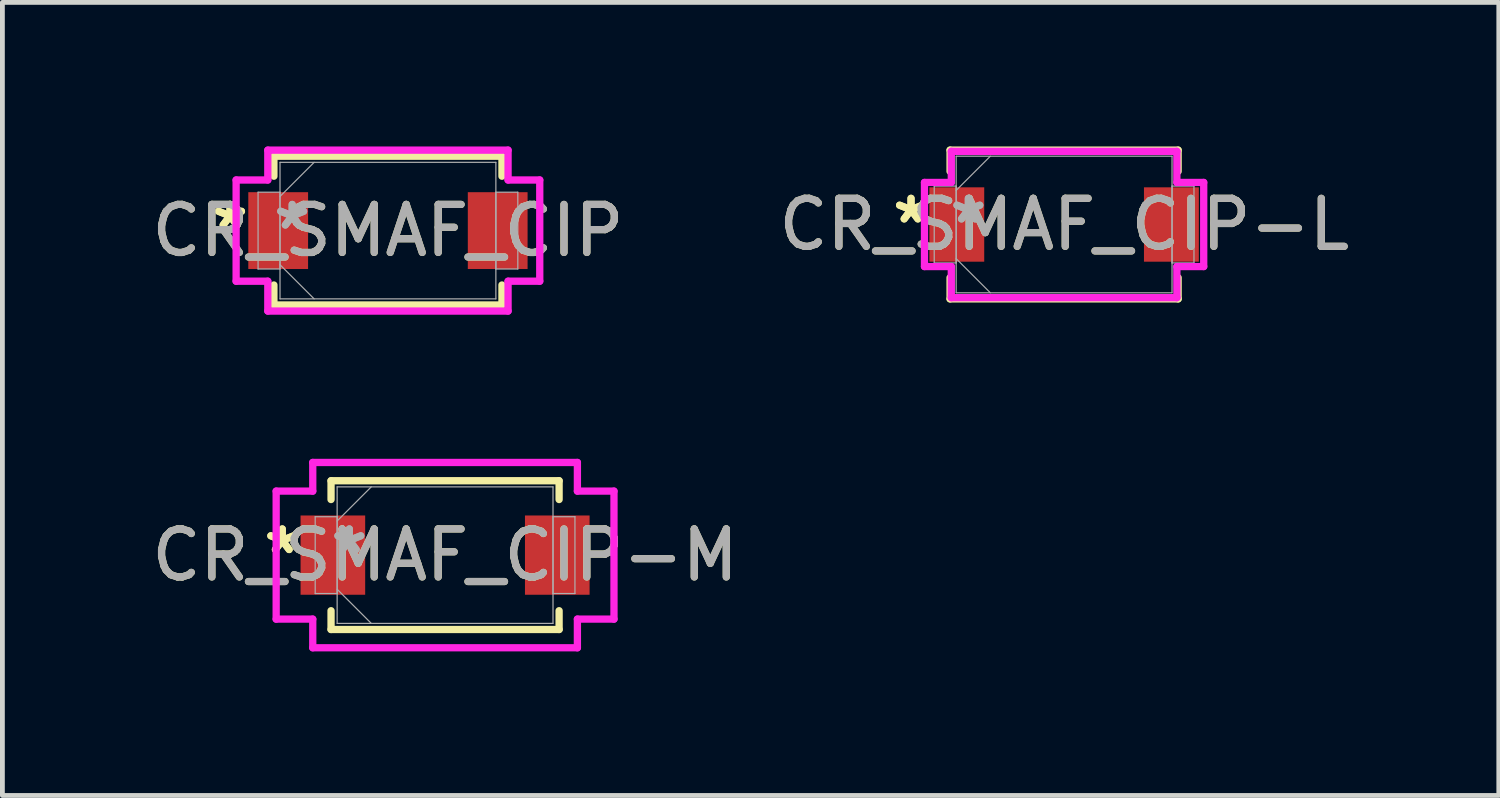
<source format=kicad_pcb>
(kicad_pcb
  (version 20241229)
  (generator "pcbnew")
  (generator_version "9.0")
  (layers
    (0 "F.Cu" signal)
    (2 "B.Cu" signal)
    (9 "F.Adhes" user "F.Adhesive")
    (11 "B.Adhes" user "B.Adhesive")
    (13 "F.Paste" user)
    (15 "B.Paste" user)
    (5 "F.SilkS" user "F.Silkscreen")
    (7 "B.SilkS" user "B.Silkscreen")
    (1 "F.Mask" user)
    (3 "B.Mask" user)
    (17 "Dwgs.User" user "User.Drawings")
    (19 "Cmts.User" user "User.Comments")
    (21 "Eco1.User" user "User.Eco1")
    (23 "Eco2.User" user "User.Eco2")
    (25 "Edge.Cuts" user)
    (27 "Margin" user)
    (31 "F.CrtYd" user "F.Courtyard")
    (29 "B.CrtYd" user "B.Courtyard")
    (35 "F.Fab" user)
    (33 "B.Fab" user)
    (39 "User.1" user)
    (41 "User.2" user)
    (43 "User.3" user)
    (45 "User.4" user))
  (footprint "CR_SMAF_CIP"
    (layer "F.Cu")
    (at 5.03 1.753)
    (property "Reference" "CR_SMAF_CIP" (at 0 0 0) (unlocked yes) (layer "F.SilkS") (effects (font (size 1 1) (thickness 0.15))))
    (attr smd)
    (fp_line (start -2.375 -1.549) (end -2.375 -1.133) (stroke (width 0.152) (type solid)) (layer "F.SilkS"))
    (fp_line (start -2.375 1.133) (end -2.375 1.549) (stroke (width 0.152) (type solid)) (layer "F.SilkS"))
    (fp_line (start -2.375 1.549) (end 2.375 1.549) (stroke (width 0.152) (type solid)) (layer "F.SilkS"))
    (fp_line (start 2.375 -1.549) (end -2.375 -1.549) (stroke (width 0.152) (type solid)) (layer "F.SilkS"))
    (fp_line (start 2.375 -1.133) (end 2.375 -1.549) (stroke (width 0.152) (type solid)) (layer "F.SilkS"))
    (fp_line (start 2.375 1.549) (end 2.375 1.133) (stroke (width 0.152) (type solid)) (layer "F.SilkS"))
    (fp_line (start -3.162 -1.054) (end -2.502 -1.054) (stroke (width 0.152) (type solid)) (layer "F.CrtYd"))
    (fp_line (start -3.162 1.054) (end -3.162 -1.054) (stroke (width 0.152) (type solid)) (layer "F.CrtYd"))
    (fp_line (start -2.502 -1.676) (end 2.502 -1.676) (stroke (width 0.152) (type solid)) (layer "F.CrtYd"))
    (fp_line (start -2.502 -1.054) (end -2.502 -1.676) (stroke (width 0.152) (type solid)) (layer "F.CrtYd"))
    (fp_line (start -2.502 1.054) (end -3.162 1.054) (stroke (width 0.152) (type solid)) (layer "F.CrtYd"))
    (fp_line (start -2.502 1.676) (end -2.502 1.054) (stroke (width 0.152) (type solid)) (layer "F.CrtYd"))
    (fp_line (start 2.502 -1.676) (end 2.502 -1.054) (stroke (width 0.152) (type solid)) (layer "F.CrtYd"))
    (fp_line (start 2.502 -1.054) (end 3.162 -1.054) (stroke (width 0.152) (type solid)) (layer "F.CrtYd"))
    (fp_line (start 2.502 1.054) (end 2.502 1.676) (stroke (width 0.152) (type solid)) (layer "F.CrtYd"))
    (fp_line (start 2.502 1.676) (end -2.502 1.676) (stroke (width 0.152) (type solid)) (layer "F.CrtYd"))
    (fp_line (start 3.162 -1.054) (end 3.162 1.054) (stroke (width 0.152) (type solid)) (layer "F.CrtYd"))
    (fp_line (start 3.162 1.054) (end 2.502 1.054) (stroke (width 0.152) (type solid)) (layer "F.CrtYd"))
    (fp_line (start -2.705 -0.8) (end -2.705 0.8) (stroke (width 0.025) (type solid)) (layer "F.Fab"))
    (fp_line (start -2.705 0.8) (end -2.248 0.8) (stroke (width 0.025) (type solid)) (layer "F.Fab"))
    (fp_line (start -2.248 -1.422) (end -2.248 1.422) (stroke (width 0.025) (type solid)) (layer "F.Fab"))
    (fp_line (start -2.248 -0.8) (end -2.705 -0.8) (stroke (width 0.025) (type solid)) (layer "F.Fab"))
    (fp_line (start -2.248 -0.711) (end -1.537 -1.422) (stroke (width 0.025) (type solid)) (layer "F.Fab"))
    (fp_line (start -2.248 0.711) (end -1.537 1.422) (stroke (width 0.025) (type solid)) (layer "F.Fab"))
    (fp_line (start -2.248 0.8) (end -2.248 -0.8) (stroke (width 0.025) (type solid)) (layer "F.Fab"))
    (fp_line (start -2.248 1.422) (end 2.248 1.422) (stroke (width 0.025) (type solid)) (layer "F.Fab"))
    (fp_line (start 2.248 -1.422) (end -2.248 -1.422) (stroke (width 0.025) (type solid)) (layer "F.Fab"))
    (fp_line (start 2.248 -0.8) (end 2.248 0.8) (stroke (width 0.025) (type solid)) (layer "F.Fab"))
    (fp_line (start 2.248 0.8) (end 2.705 0.8) (stroke (width 0.025) (type solid)) (layer "F.Fab"))
    (fp_line (start 2.248 1.422) (end 2.248 -1.422) (stroke (width 0.025) (type solid)) (layer "F.Fab"))
    (fp_line (start 2.705 -0.8) (end 2.248 -0.8) (stroke (width 0.025) (type solid)) (layer "F.Fab"))
    (fp_line (start 2.705 0.8) (end 2.705 -0.8) (stroke (width 0.025) (type solid)) (layer "F.Fab"))
    (fp_text user "*" (at -3.289 0 0) (unlocked yes) (layer "F.SilkS") (effects (font (size 1 1) (thickness 0.15))))
    (fp_text user "*" (at -3.289 0 0) (layer "F.SilkS") (effects (font (size 1 1) (thickness 0.15))))
    (fp_text user "*" (at -1.994 0 0) (layer "F.Fab") (effects (font (size 1 1) (thickness 0.15))))
    (fp_text user "${REFERENCE}" (at 0 0 0) (unlocked yes) (layer "F.Fab") (effects (font (size 1 1) (thickness 0.15))))
    (fp_text user "*" (at -1.994 0 0) (unlocked yes) (layer "F.Fab") (effects (font (size 1 1) (thickness 0.15))))
    (pad "1" smd rect (at -2.286 0) (size 1.245 1.6) (layers "F.Cu" "F.Mask" "F.Paste"))
    (pad "2" smd rect (at 2.286 0) (size 1.245 1.6) (layers "F.Cu" "F.Mask" "F.Paste"))
    (zone (net_name "") (layer "F.Cu") (hatch full 0.508) (connect_pads) (min_thickness 0.254) (filled_areas_thickness no) (keepout (tracks not_allowed) (vias not_allowed) (pads allowed) (copperpour not_allowed) (footprints allowed)) (placement (enabled no)) (fill) (polygon (pts (xy 3.417 0.381) (xy 6.643 0.381) (xy 6.643 3.124) (xy 3.417 3.124)))))
  (footprint "CR_SMAF_CIP-L"
    (layer "F.Cu")
    (at 19.113 1.626)
    (property "Reference" "CR_SMAF_CIP-L" (at 0 0 0) (unlocked yes) (layer "F.SilkS") (effects (font (size 1 1) (thickness 0.15))))
    (attr smd)
    (fp_line (start -2.375 -1.549) (end -2.375 -1.107) (stroke (width 0.152) (type solid)) (layer "F.SilkS"))
    (fp_line (start -2.375 1.107) (end -2.375 1.549) (stroke (width 0.152) (type solid)) (layer "F.SilkS"))
    (fp_line (start -2.375 1.549) (end 2.375 1.549) (stroke (width 0.152) (type solid)) (layer "F.SilkS"))
    (fp_line (start 2.375 -1.549) (end -2.375 -1.549) (stroke (width 0.152) (type solid)) (layer "F.SilkS"))
    (fp_line (start 2.375 -1.107) (end 2.375 -1.549) (stroke (width 0.152) (type solid)) (layer "F.SilkS"))
    (fp_line (start 2.375 1.549) (end 2.375 1.107) (stroke (width 0.152) (type solid)) (layer "F.SilkS"))
    (fp_line (start -2.908 -0.876) (end -2.349 -0.876) (stroke (width 0.152) (type solid)) (layer "F.CrtYd"))
    (fp_line (start -2.908 0.876) (end -2.908 -0.876) (stroke (width 0.152) (type solid)) (layer "F.CrtYd"))
    (fp_line (start -2.349 -1.524) (end 2.349 -1.524) (stroke (width 0.152) (type solid)) (layer "F.CrtYd"))
    (fp_line (start -2.349 -0.876) (end -2.349 -1.524) (stroke (width 0.152) (type solid)) (layer "F.CrtYd"))
    (fp_line (start -2.349 0.876) (end -2.908 0.876) (stroke (width 0.152) (type solid)) (layer "F.CrtYd"))
    (fp_line (start -2.349 1.524) (end -2.349 0.876) (stroke (width 0.152) (type solid)) (layer "F.CrtYd"))
    (fp_line (start 2.349 -1.524) (end 2.349 -0.876) (stroke (width 0.152) (type solid)) (layer "F.CrtYd"))
    (fp_line (start 2.349 -0.876) (end 2.908 -0.876) (stroke (width 0.152) (type solid)) (layer "F.CrtYd"))
    (fp_line (start 2.349 0.876) (end 2.349 1.524) (stroke (width 0.152) (type solid)) (layer "F.CrtYd"))
    (fp_line (start 2.349 1.524) (end -2.349 1.524) (stroke (width 0.152) (type solid)) (layer "F.CrtYd"))
    (fp_line (start 2.908 -0.876) (end 2.908 0.876) (stroke (width 0.152) (type solid)) (layer "F.CrtYd"))
    (fp_line (start 2.908 0.876) (end 2.349 0.876) (stroke (width 0.152) (type solid)) (layer "F.CrtYd"))
    (fp_line (start -2.705 -0.8) (end -2.705 0.8) (stroke (width 0.025) (type solid)) (layer "F.Fab"))
    (fp_line (start -2.705 0.8) (end -2.248 0.8) (stroke (width 0.025) (type solid)) (layer "F.Fab"))
    (fp_line (start -2.248 -1.422) (end -2.248 1.422) (stroke (width 0.025) (type solid)) (layer "F.Fab"))
    (fp_line (start -2.248 -0.8) (end -2.705 -0.8) (stroke (width 0.025) (type solid)) (layer "F.Fab"))
    (fp_line (start -2.248 -0.711) (end -1.537 -1.422) (stroke (width 0.025) (type solid)) (layer "F.Fab"))
    (fp_line (start -2.248 0.711) (end -1.537 1.422) (stroke (width 0.025) (type solid)) (layer "F.Fab"))
    (fp_line (start -2.248 0.8) (end -2.248 -0.8) (stroke (width 0.025) (type solid)) (layer "F.Fab"))
    (fp_line (start -2.248 1.422) (end 2.248 1.422) (stroke (width 0.025) (type solid)) (layer "F.Fab"))
    (fp_line (start 2.248 -1.422) (end -2.248 -1.422) (stroke (width 0.025) (type solid)) (layer "F.Fab"))
    (fp_line (start 2.248 -0.8) (end 2.248 0.8) (stroke (width 0.025) (type solid)) (layer "F.Fab"))
    (fp_line (start 2.248 0.8) (end 2.705 0.8) (stroke (width 0.025) (type solid)) (layer "F.Fab"))
    (fp_line (start 2.248 1.422) (end 2.248 -1.422) (stroke (width 0.025) (type solid)) (layer "F.Fab"))
    (fp_line (start 2.705 -0.8) (end 2.248 -0.8) (stroke (width 0.025) (type solid)) (layer "F.Fab"))
    (fp_line (start 2.705 0.8) (end 2.705 -0.8) (stroke (width 0.025) (type solid)) (layer "F.Fab"))
    (fp_text user "*" (at -3.188 0 0) (layer "F.SilkS") (effects (font (size 1 1) (thickness 0.15))))
    (fp_text user "*" (at -3.188 0 0) (unlocked yes) (layer "F.SilkS") (effects (font (size 1 1) (thickness 0.15))))
    (fp_text user "*" (at -1.994 0 0) (unlocked yes) (layer "F.Fab") (effects (font (size 1 1) (thickness 0.15))))
    (fp_text user "*" (at -1.994 0 0) (layer "F.Fab") (effects (font (size 1 1) (thickness 0.15))))
    (fp_text user "${REFERENCE}" (at 0 0 0) (unlocked yes) (layer "F.Fab") (effects (font (size 1 1) (thickness 0.15))))
    (pad "1" smd rect (at -2.235 0) (size 1.143 1.549) (layers "F.Cu" "F.Mask" "F.Paste"))
    (pad "2" smd rect (at 2.235 0) (size 1.143 1.549) (layers "F.Cu" "F.Mask" "F.Paste"))
    (zone (net_name "") (layer "F.Cu") (hatch full 0.508) (connect_pads) (min_thickness 0.254) (filled_areas_thickness no) (keepout (tracks not_allowed) (vias not_allowed) (pads allowed) (copperpour not_allowed) (footprints allowed)) (placement (enabled no)) (fill) (polygon (pts (xy 17.5 0.254) (xy 20.726 0.254) (xy 20.726 2.997) (xy 17.5 2.997)))))
  (footprint "CR_SMAF_CIP-M"
    (layer "F.Cu")
    (at 6.22 8.512)
    (property "Reference" "CR_SMAF_CIP-M" (at 0 0 0) (unlocked yes) (layer "F.SilkS") (effects (font (size 1 1) (thickness 0.15))))
    (attr smd)
    (fp_line (start -2.375 -1.549) (end -2.375 -1.158) (stroke (width 0.152) (type solid)) (layer "F.SilkS"))
    (fp_line (start -2.375 1.158) (end -2.375 1.549) (stroke (width 0.152) (type solid)) (layer "F.SilkS"))
    (fp_line (start -2.375 1.549) (end 2.375 1.549) (stroke (width 0.152) (type solid)) (layer "F.SilkS"))
    (fp_line (start 2.375 -1.549) (end -2.375 -1.549) (stroke (width 0.152) (type solid)) (layer "F.SilkS"))
    (fp_line (start 2.375 -1.158) (end 2.375 -1.549) (stroke (width 0.152) (type solid)) (layer "F.SilkS"))
    (fp_line (start 2.375 1.549) (end 2.375 1.158) (stroke (width 0.152) (type solid)) (layer "F.SilkS"))
    (fp_line (start -3.518 -1.333) (end -2.756 -1.333) (stroke (width 0.152) (type solid)) (layer "F.CrtYd"))
    (fp_line (start -3.518 1.333) (end -3.518 -1.333) (stroke (width 0.152) (type solid)) (layer "F.CrtYd"))
    (fp_line (start -2.756 -1.93) (end 2.756 -1.93) (stroke (width 0.152) (type solid)) (layer "F.CrtYd"))
    (fp_line (start -2.756 -1.333) (end -2.756 -1.93) (stroke (width 0.152) (type solid)) (layer "F.CrtYd"))
    (fp_line (start -2.756 1.333) (end -3.518 1.333) (stroke (width 0.152) (type solid)) (layer "F.CrtYd"))
    (fp_line (start -2.756 1.93) (end -2.756 1.333) (stroke (width 0.152) (type solid)) (layer "F.CrtYd"))
    (fp_line (start 2.756 -1.93) (end 2.756 -1.333) (stroke (width 0.152) (type solid)) (layer "F.CrtYd"))
    (fp_line (start 2.756 -1.333) (end 3.518 -1.333) (stroke (width 0.152) (type solid)) (layer "F.CrtYd"))
    (fp_line (start 2.756 1.333) (end 2.756 1.93) (stroke (width 0.152) (type solid)) (layer "F.CrtYd"))
    (fp_line (start 2.756 1.93) (end -2.756 1.93) (stroke (width 0.152) (type solid)) (layer "F.CrtYd"))
    (fp_line (start 3.518 -1.333) (end 3.518 1.333) (stroke (width 0.152) (type solid)) (layer "F.CrtYd"))
    (fp_line (start 3.518 1.333) (end 2.756 1.333) (stroke (width 0.152) (type solid)) (layer "F.CrtYd"))
    (fp_line (start -2.705 -0.8) (end -2.705 0.8) (stroke (width 0.025) (type solid)) (layer "F.Fab"))
    (fp_line (start -2.705 0.8) (end -2.248 0.8) (stroke (width 0.025) (type solid)) (layer "F.Fab"))
    (fp_line (start -2.248 -1.422) (end -2.248 1.422) (stroke (width 0.025) (type solid)) (layer "F.Fab"))
    (fp_line (start -2.248 -0.8) (end -2.705 -0.8) (stroke (width 0.025) (type solid)) (layer "F.Fab"))
    (fp_line (start -2.248 -0.711) (end -1.537 -1.422) (stroke (width 0.025) (type solid)) (layer "F.Fab"))
    (fp_line (start -2.248 0.711) (end -1.537 1.422) (stroke (width 0.025) (type solid)) (layer "F.Fab"))
    (fp_line (start -2.248 0.8) (end -2.248 -0.8) (stroke (width 0.025) (type solid)) (layer "F.Fab"))
    (fp_line (start -2.248 1.422) (end 2.248 1.422) (stroke (width 0.025) (type solid)) (layer "F.Fab"))
    (fp_line (start 2.248 -1.422) (end -2.248 -1.422) (stroke (width 0.025) (type solid)) (layer "F.Fab"))
    (fp_line (start 2.248 -0.8) (end 2.248 0.8) (stroke (width 0.025) (type solid)) (layer "F.Fab"))
    (fp_line (start 2.248 0.8) (end 2.705 0.8) (stroke (width 0.025) (type solid)) (layer "F.Fab"))
    (fp_line (start 2.248 1.422) (end 2.248 -1.422) (stroke (width 0.025) (type solid)) (layer "F.Fab"))
    (fp_line (start 2.705 -0.8) (end 2.248 -0.8) (stroke (width 0.025) (type solid)) (layer "F.Fab"))
    (fp_line (start 2.705 0.8) (end 2.705 -0.8) (stroke (width 0.025) (type solid)) (layer "F.Fab"))
    (fp_text user "*" (at -3.391 0 0) (unlocked yes) (layer "F.SilkS") (effects (font (size 1 1) (thickness 0.15))))
    (fp_text user "*" (at -3.391 0 0) (layer "F.SilkS") (effects (font (size 1 1) (thickness 0.15))))
    (fp_text user "*" (at -1.994 0 0) (unlocked yes) (layer "F.Fab") (effects (font (size 1 1) (thickness 0.15))))
    (fp_text user "${REFERENCE}" (at 0 0 0) (unlocked yes) (layer "F.Fab") (effects (font (size 1 1) (thickness 0.15))))
    (fp_text user "*" (at -1.994 0 0) (layer "F.Fab") (effects (font (size 1 1) (thickness 0.15))))
    (pad "1" smd rect (at -2.337 0) (size 1.346 1.651) (layers "F.Cu" "F.Mask" "F.Paste"))
    (pad "2" smd rect (at 2.337 0) (size 1.346 1.651) (layers "F.Cu" "F.Mask" "F.Paste"))
    (zone (net_name "") (layer "F.Cu") (hatch full 0.508) (connect_pads) (min_thickness 0.254) (filled_areas_thickness no) (keepout (tracks not_allowed) (vias not_allowed) (pads allowed) (copperpour not_allowed) (footprints allowed)) (placement (enabled no)) (fill) (polygon (pts (xy 4.607 7.14) (xy 7.833 7.14) (xy 7.833 9.883) (xy 4.607 9.883)))))
  (gr_rect
    (start -3 -3)
    (end 28.167 13.518)
    (stroke (width 0.1) (type default))
    (fill no)
    (layer "Edge.Cuts")))
</source>
